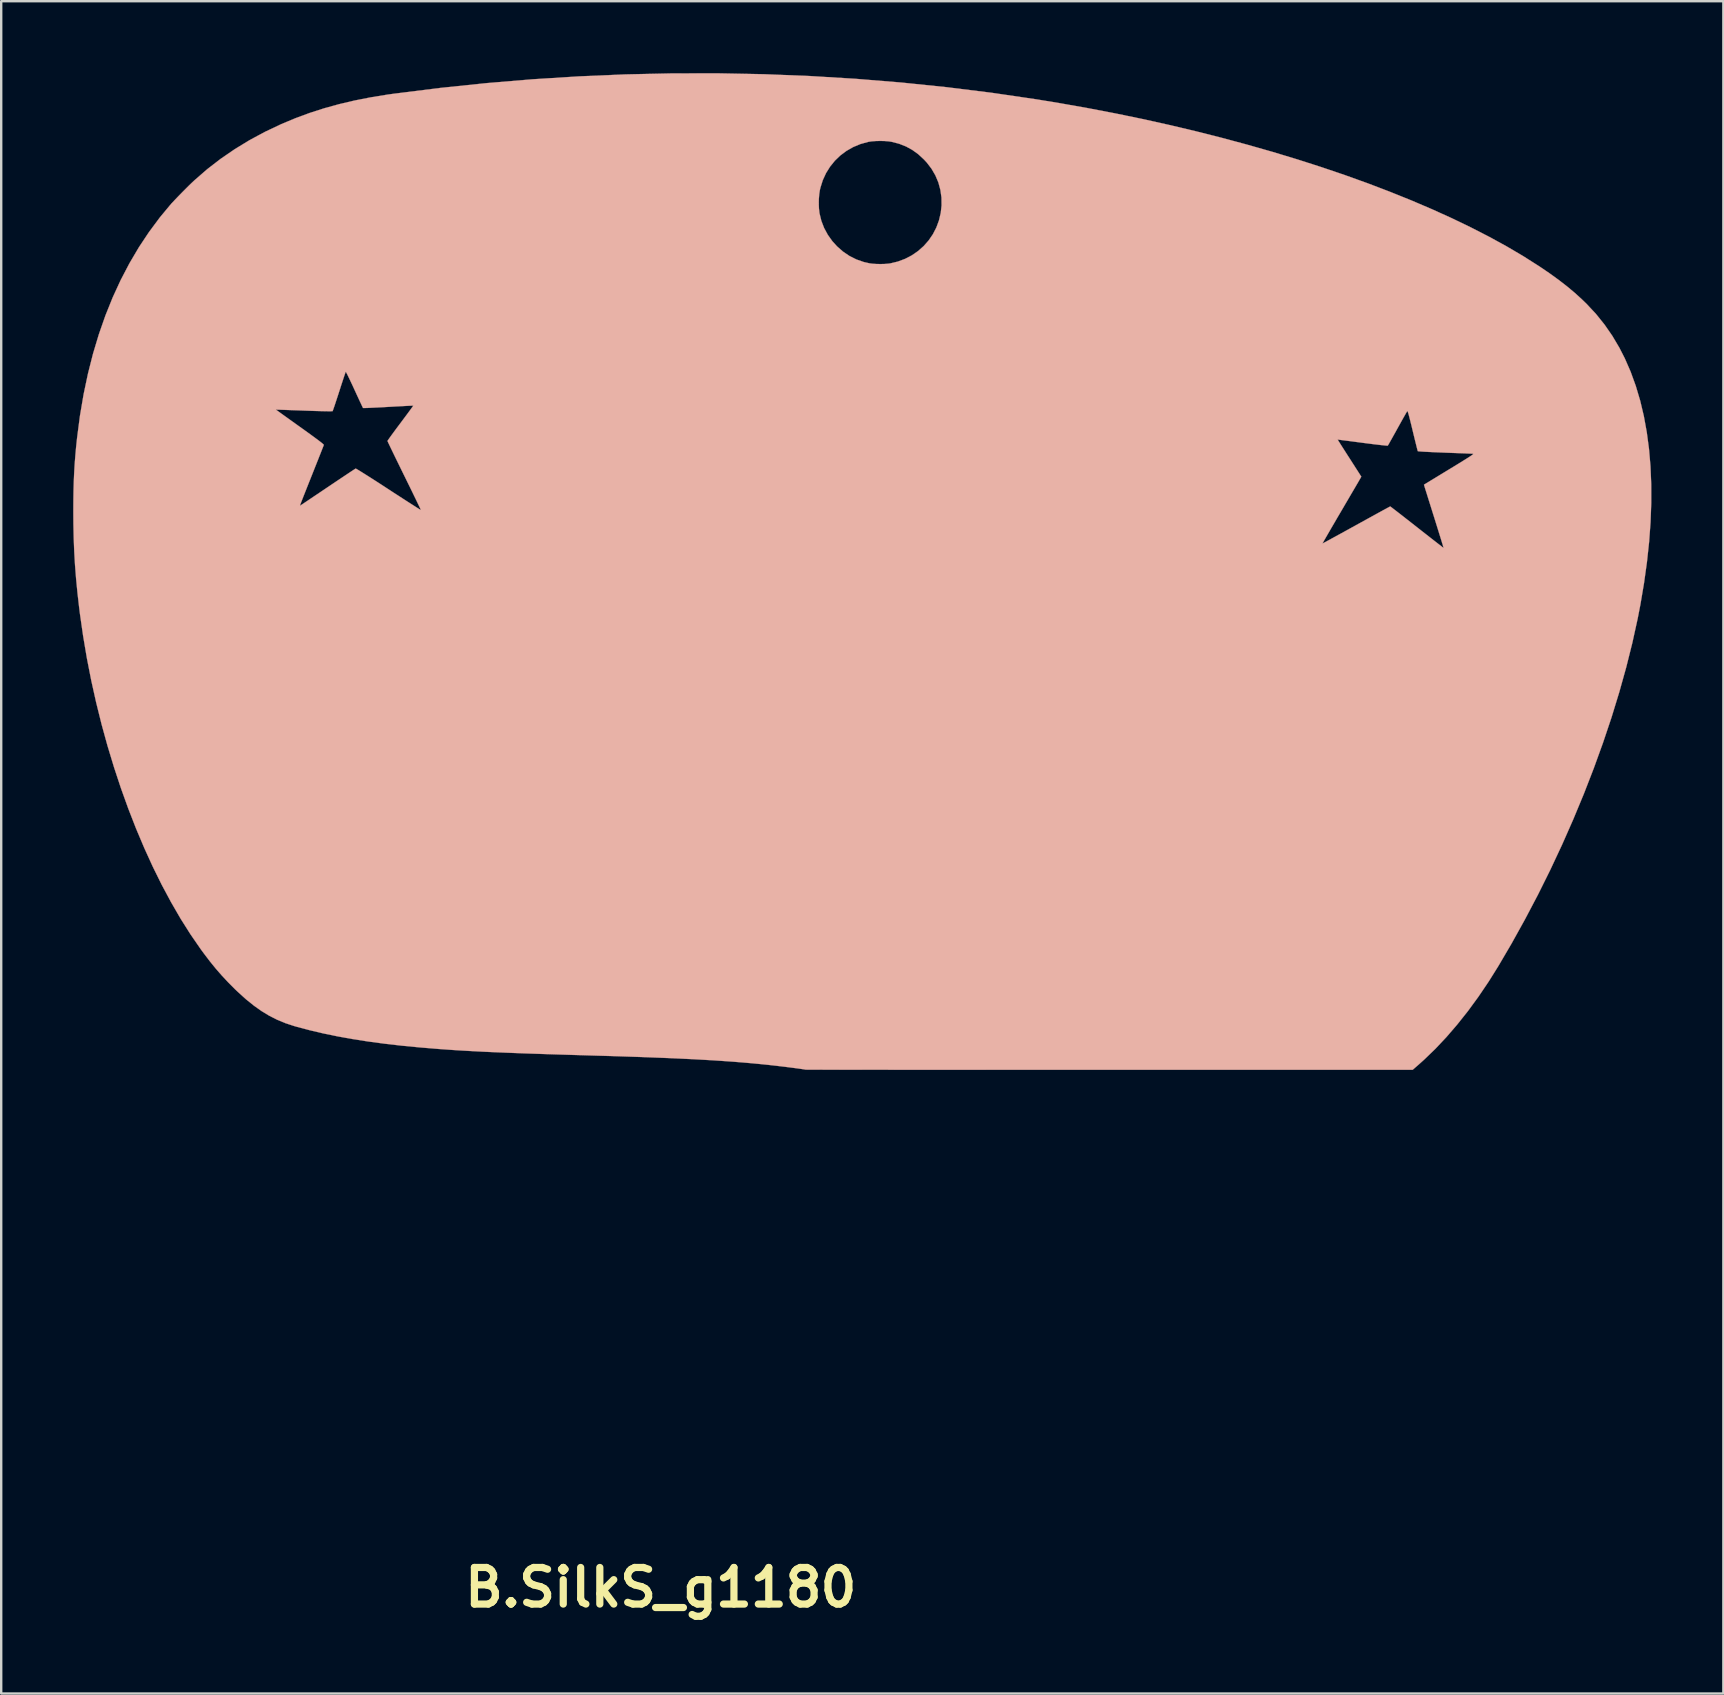
<source format=kicad_pcb>
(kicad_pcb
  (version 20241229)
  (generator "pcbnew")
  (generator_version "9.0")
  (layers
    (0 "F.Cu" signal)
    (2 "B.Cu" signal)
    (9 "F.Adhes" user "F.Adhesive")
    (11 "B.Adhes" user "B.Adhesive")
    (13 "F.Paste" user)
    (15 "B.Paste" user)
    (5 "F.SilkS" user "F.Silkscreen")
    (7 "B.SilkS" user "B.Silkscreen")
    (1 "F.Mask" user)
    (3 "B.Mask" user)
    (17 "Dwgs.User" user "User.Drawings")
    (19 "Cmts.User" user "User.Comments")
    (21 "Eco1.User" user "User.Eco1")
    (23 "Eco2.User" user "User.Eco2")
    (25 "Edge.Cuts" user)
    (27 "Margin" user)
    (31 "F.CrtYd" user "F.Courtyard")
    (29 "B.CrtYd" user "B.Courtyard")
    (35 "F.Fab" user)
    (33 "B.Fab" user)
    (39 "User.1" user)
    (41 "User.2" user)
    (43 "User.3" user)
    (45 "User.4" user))
  (footprint "B.SilkS_g1180"
    (layer "F.Cu")
    (at 24.482 63.094)
    (property "Reference" "B.SilkS_g1180" (at 0 0 0) (layer "F.SilkS") (effects (font (size 1.524 1.524) (thickness 0.3))))
    (attr through_hole)
    (fp_poly (pts (xy 4.299 -63.052) (xy 6.215 -62.976) (xy 8.124 -62.86) (xy 10.024 -62.705) (xy 11.913 -62.511) (xy 13.79 -62.278) (xy 15.654 -62.005) (xy 16.616 -61.847) (xy 17.775 -61.642) (xy 18.924 -61.422) (xy 20.059 -61.188) (xy 21.18 -60.939) (xy 22.286 -60.677) (xy 23.374 -60.402) (xy 24.443 -60.114) (xy 25.492 -59.815) (xy 26.519 -59.504) (xy 27.522 -59.182) (xy 28.5 -58.85) (xy 29.452 -58.508) (xy 30.375 -58.156) (xy 31.269 -57.796) (xy 32.132 -57.427) (xy 32.962 -57.051) (xy 33.757 -56.667) (xy 34.517 -56.277) (xy 35.24 -55.881) (xy 35.923 -55.479) (xy 36.566 -55.071) (xy 36.608 -55.044) (xy 37.024 -54.761) (xy 37.405 -54.486) (xy 37.754 -54.216) (xy 38.076 -53.947) (xy 38.376 -53.674) (xy 38.577 -53.479) (xy 38.966 -53.062) (xy 39.321 -52.62) (xy 39.646 -52.151) (xy 39.94 -51.654) (xy 40.165 -51.214) (xy 40.409 -50.656) (xy 40.622 -50.069) (xy 40.806 -49.453) (xy 40.959 -48.809) (xy 41.081 -48.138) (xy 41.174 -47.44) (xy 41.236 -46.716) (xy 41.267 -45.966) (xy 41.268 -45.191) (xy 41.239 -44.391) (xy 41.179 -43.568) (xy 41.088 -42.72) (xy 40.967 -41.85) (xy 40.816 -40.957) (xy 40.701 -40.365) (xy 40.48 -39.36) (xy 40.224 -38.338) (xy 39.934 -37.301) (xy 39.612 -36.252) (xy 39.257 -35.195) (xy 38.873 -34.133) (xy 38.46 -33.069) (xy 38.019 -32.007) (xy 37.552 -30.949) (xy 37.06 -29.899) (xy 36.544 -28.86) (xy 36.005 -27.836) (xy 35.446 -26.828) (xy 34.891 -25.882) (xy 34.484 -25.232) (xy 34.063 -24.61) (xy 33.63 -24.018) (xy 33.186 -23.459) (xy 32.735 -22.935) (xy 32.276 -22.447) (xy 31.812 -21.999) (xy 31.586 -21.796) (xy 31.326 -21.569) (xy 18.683 -21.569) (xy 17.953 -21.569) (xy 17.234 -21.569) (xy 16.526 -21.569) (xy 15.832 -21.569) (xy 15.151 -21.569) (xy 14.485 -21.569) (xy 13.836 -21.569) (xy 13.205 -21.57) (xy 12.592 -21.57) (xy 11.998 -21.57) (xy 11.426 -21.57) (xy 10.876 -21.571) (xy 10.349 -21.571) (xy 9.847 -21.571) (xy 9.37 -21.572) (xy 8.921 -21.572) (xy 8.499 -21.572) (xy 8.106 -21.573) (xy 7.743 -21.573) (xy 7.412 -21.574) (xy 7.114 -21.574) (xy 6.849 -21.574) (xy 6.619 -21.575) (xy 6.425 -21.575) (xy 6.269 -21.576) (xy 6.151 -21.576) (xy 6.072 -21.577) (xy 6.034 -21.577) (xy 6.031 -21.577) (xy 6.008 -21.582) (xy 5.949 -21.592) (xy 5.861 -21.605) (xy 5.748 -21.621) (xy 5.616 -21.639) (xy 5.524 -21.651) (xy 5.18 -21.695) (xy 4.835 -21.736) (xy 4.487 -21.775) (xy 4.134 -21.811) (xy 3.774 -21.845) (xy 3.402 -21.877) (xy 3.018 -21.908) (xy 2.619 -21.936) (xy 2.202 -21.964) (xy 1.765 -21.989) (xy 1.305 -22.014) (xy 0.819 -22.037) (xy 0.306 -22.06) (xy -0.237 -22.081) (xy -0.813 -22.103) (xy -1.424 -22.123) (xy -2.072 -22.144) (xy -2.678 -22.161) (xy -3.271 -22.179) (xy -3.824 -22.195) (xy -4.34 -22.211) (xy -4.821 -22.226) (xy -5.269 -22.241) (xy -5.688 -22.255) (xy -6.079 -22.27) (xy -6.445 -22.284) (xy -6.789 -22.298) (xy -7.113 -22.312) (xy -7.419 -22.326) (xy -7.71 -22.341) (xy -7.988 -22.356) (xy -8.257 -22.371) (xy -8.518 -22.387) (xy -8.773 -22.404) (xy -9.027 -22.422) (xy -9.239 -22.437) (xy -10.037 -22.503) (xy -10.795 -22.576) (xy -11.515 -22.659) (xy -12.201 -22.751) (xy -12.852 -22.853) (xy -13.473 -22.965) (xy -14.064 -23.087) (xy -14.629 -23.22) (xy -15.168 -23.363) (xy -15.295 -23.4) (xy -15.646 -23.516) (xy -15.985 -23.656) (xy -16.314 -23.823) (xy -16.638 -24.02) (xy -16.96 -24.249) (xy -17.286 -24.512) (xy -17.618 -24.812) (xy -17.746 -24.934) (xy -18.03 -25.22) (xy -18.294 -25.503) (xy -18.546 -25.792) (xy -18.793 -26.097) (xy -19.044 -26.427) (xy -19.17 -26.599) (xy -19.594 -27.214) (xy -20.006 -27.866) (xy -20.405 -28.555) (xy -20.792 -29.277) (xy -21.164 -30.03) (xy -21.521 -30.812) (xy -21.862 -31.619) (xy -22.186 -32.45) (xy -22.493 -33.303) (xy -22.781 -34.174) (xy -23.05 -35.061) (xy -23.298 -35.961) (xy -23.525 -36.873) (xy -23.73 -37.793) (xy -23.912 -38.72) (xy -24.069 -39.65) (xy -24.203 -40.581) (xy -24.234 -40.831) (xy -24.304 -41.442) (xy -24.361 -42.025) (xy -24.406 -42.594) (xy -24.439 -43.158) (xy -24.452 -43.501) (xy 27.571 -43.501) (xy 27.59 -43.509) (xy 27.643 -43.537) (xy 27.728 -43.582) (xy 27.841 -43.643) (xy 27.979 -43.719) (xy 28.14 -43.807) (xy 28.321 -43.906) (xy 28.519 -44.015) (xy 28.731 -44.132) (xy 28.955 -44.255) (xy 28.978 -44.268) (xy 29.203 -44.392) (xy 29.417 -44.51) (xy 29.617 -44.62) (xy 29.8 -44.721) (xy 29.964 -44.811) (xy 30.106 -44.889) (xy 30.223 -44.952) (xy 30.311 -45) (xy 30.369 -45.031) (xy 30.393 -45.043) (xy 30.393 -45.043) (xy 30.411 -45.03) (xy 30.461 -44.993) (xy 30.537 -44.934) (xy 30.639 -44.856) (xy 30.763 -44.76) (xy 30.906 -44.649) (xy 31.065 -44.524) (xy 31.239 -44.388) (xy 31.423 -44.244) (xy 31.507 -44.178) (xy 31.695 -44.03) (xy 31.873 -43.891) (xy 32.039 -43.761) (xy 32.189 -43.644) (xy 32.32 -43.542) (xy 32.431 -43.456) (xy 32.518 -43.389) (xy 32.579 -43.343) (xy 32.61 -43.321) (xy 32.614 -43.318) (xy 32.609 -43.339) (xy 32.592 -43.396) (xy 32.565 -43.487) (xy 32.528 -43.608) (xy 32.483 -43.755) (xy 32.43 -43.925) (xy 32.371 -44.115) (xy 32.307 -44.32) (xy 32.239 -44.538) (xy 32.236 -44.548) (xy 32.166 -44.77) (xy 32.1 -44.981) (xy 32.038 -45.179) (xy 31.981 -45.359) (xy 31.932 -45.517) (xy 31.89 -45.651) (xy 31.857 -45.755) (xy 31.835 -45.826) (xy 31.824 -45.861) (xy 31.798 -45.949) (xy 32.852 -46.591) (xy 33.076 -46.727) (xy 33.265 -46.843) (xy 33.423 -46.941) (xy 33.552 -47.021) (xy 33.655 -47.086) (xy 33.733 -47.137) (xy 33.789 -47.175) (xy 33.826 -47.203) (xy 33.846 -47.222) (xy 33.851 -47.233) (xy 33.844 -47.238) (xy 33.839 -47.239) (xy 33.805 -47.241) (xy 33.733 -47.244) (xy 33.628 -47.248) (xy 33.492 -47.254) (xy 33.332 -47.26) (xy 33.15 -47.267) (xy 32.951 -47.274) (xy 32.74 -47.282) (xy 32.662 -47.285) (xy 32.422 -47.295) (xy 32.204 -47.304) (xy 32.013 -47.313) (xy 31.85 -47.321) (xy 31.718 -47.329) (xy 31.621 -47.336) (xy 31.561 -47.342) (xy 31.54 -47.347) (xy 31.533 -47.372) (xy 31.517 -47.433) (xy 31.493 -47.526) (xy 31.463 -47.648) (xy 31.427 -47.792) (xy 31.387 -47.956) (xy 31.344 -48.133) (xy 31.327 -48.205) (xy 31.274 -48.425) (xy 31.229 -48.606) (xy 31.192 -48.751) (xy 31.163 -48.861) (xy 31.139 -48.941) (xy 31.122 -48.991) (xy 31.109 -49.015) (xy 31.103 -49.016) (xy 31.087 -48.992) (xy 31.054 -48.936) (xy 31.005 -48.85) (xy 30.943 -48.741) (xy 30.87 -48.611) (xy 30.789 -48.465) (xy 30.702 -48.308) (xy 30.693 -48.292) (xy 30.606 -48.134) (xy 30.524 -47.988) (xy 30.452 -47.858) (xy 30.389 -47.747) (xy 30.341 -47.661) (xy 30.307 -47.603) (xy 30.291 -47.577) (xy 30.291 -47.576) (xy 30.267 -47.576) (xy 30.206 -47.58) (xy 30.111 -47.59) (xy 29.986 -47.603) (xy 29.835 -47.621) (xy 29.663 -47.641) (xy 29.474 -47.665) (xy 29.271 -47.691) (xy 29.24 -47.695) (xy 29.036 -47.722) (xy 28.845 -47.747) (xy 28.671 -47.77) (xy 28.519 -47.789) (xy 28.392 -47.805) (xy 28.294 -47.818) (xy 28.229 -47.826) (xy 28.202 -47.829) (xy 28.201 -47.829) (xy 28.212 -47.811) (xy 28.243 -47.761) (xy 28.292 -47.683) (xy 28.357 -47.58) (xy 28.436 -47.456) (xy 28.526 -47.315) (xy 28.625 -47.16) (xy 28.693 -47.055) (xy 29.187 -46.284) (xy 29.125 -46.174) (xy 29.103 -46.137) (xy 29.063 -46.067) (xy 29.005 -45.968) (xy 28.931 -45.841) (xy 28.843 -45.691) (xy 28.743 -45.521) (xy 28.634 -45.334) (xy 28.516 -45.133) (xy 28.393 -44.922) (xy 28.313 -44.786) (xy 28.188 -44.574) (xy 28.071 -44.372) (xy 27.961 -44.184) (xy 27.862 -44.013) (xy 27.774 -43.861) (xy 27.7 -43.732) (xy 27.641 -43.629) (xy 27.599 -43.554) (xy 27.575 -43.511) (xy 27.571 -43.501) (xy -24.452 -43.501) (xy -24.461 -43.73) (xy -24.474 -44.323) (xy -24.477 -44.82) (xy -24.475 -45.268) (xy -24.469 -45.682) (xy -24.458 -46.07) (xy -24.442 -46.441) (xy -24.421 -46.802) (xy -24.393 -47.162) (xy -24.36 -47.53) (xy -24.319 -47.911) (xy -24.2 -48.825) (xy -24.157 -49.077) (xy -16.037 -49.077) (xy -16.021 -49.065) (xy -15.973 -49.03) (xy -15.897 -48.975) (xy -15.796 -48.902) (xy -15.672 -48.813) (xy -15.528 -48.71) (xy -15.369 -48.596) (xy -15.196 -48.472) (xy -15.035 -48.357) (xy -14.806 -48.193) (xy -14.61 -48.052) (xy -14.446 -47.932) (xy -14.312 -47.833) (xy -14.206 -47.753) (xy -14.128 -47.692) (xy -14.075 -47.647) (xy -14.047 -47.619) (xy -14.04 -47.606) (xy -14.05 -47.58) (xy -14.073 -47.519) (xy -14.11 -47.426) (xy -14.157 -47.305) (xy -14.215 -47.16) (xy -14.28 -46.994) (xy -14.353 -46.811) (xy -14.431 -46.616) (xy -14.467 -46.524) (xy -14.576 -46.25) (xy -14.671 -46.012) (xy -14.752 -45.808) (xy -14.82 -45.636) (xy -14.877 -45.493) (xy -14.923 -45.376) (xy -14.959 -45.283) (xy -14.987 -45.211) (xy -15.007 -45.157) (xy -15.02 -45.119) (xy -15.028 -45.095) (xy -15.03 -45.081) (xy -15.029 -45.076) (xy -15.026 -45.076) (xy -15.022 -45.078) (xy -15 -45.092) (xy -14.947 -45.128) (xy -14.864 -45.183) (xy -14.755 -45.256) (xy -14.623 -45.345) (xy -14.472 -45.447) (xy -14.303 -45.56) (xy -14.12 -45.683) (xy -13.927 -45.813) (xy -13.869 -45.852) (xy -13.673 -45.984) (xy -13.487 -46.109) (xy -13.313 -46.225) (xy -13.156 -46.33) (xy -13.018 -46.422) (xy -12.902 -46.499) (xy -12.811 -46.559) (xy -12.748 -46.6) (xy -12.717 -46.62) (xy -12.714 -46.621) (xy -12.692 -46.612) (xy -12.637 -46.581) (xy -12.553 -46.53) (xy -12.442 -46.461) (xy -12.307 -46.376) (xy -12.15 -46.277) (xy -11.974 -46.165) (xy -11.783 -46.042) (xy -11.579 -45.91) (xy -11.365 -45.77) (xy -11.343 -45.756) (xy -11.129 -45.616) (xy -10.924 -45.484) (xy -10.733 -45.36) (xy -10.558 -45.247) (xy -10.402 -45.147) (xy -10.267 -45.061) (xy -10.156 -44.99) (xy -10.072 -44.938) (xy -10.018 -44.905) (xy -9.996 -44.894) (xy -9.996 -44.894) (xy -10.004 -44.914) (xy -10.029 -44.97) (xy -10.071 -45.058) (xy -10.127 -45.174) (xy -10.195 -45.317) (xy -10.276 -45.483) (xy -10.366 -45.669) (xy -10.465 -45.872) (xy -10.572 -46.089) (xy -10.684 -46.318) (xy -10.689 -46.327) (xy -10.801 -46.556) (xy -10.908 -46.775) (xy -11.008 -46.979) (xy -11.1 -47.167) (xy -11.181 -47.335) (xy -11.251 -47.48) (xy -11.308 -47.599) (xy -11.351 -47.689) (xy -11.378 -47.748) (xy -11.388 -47.771) (xy -11.388 -47.771) (xy -11.375 -47.793) (xy -11.34 -47.844) (xy -11.285 -47.922) (xy -11.211 -48.024) (xy -11.123 -48.144) (xy -11.023 -48.28) (xy -10.912 -48.428) (xy -10.846 -48.516) (xy -10.732 -48.669) (xy -10.626 -48.811) (xy -10.531 -48.939) (xy -10.45 -49.049) (xy -10.386 -49.137) (xy -10.34 -49.201) (xy -10.315 -49.237) (xy -10.312 -49.243) (xy -10.334 -49.243) (xy -10.394 -49.241) (xy -10.488 -49.237) (xy -10.612 -49.231) (xy -10.762 -49.223) (xy -10.934 -49.214) (xy -11.124 -49.204) (xy -11.328 -49.192) (xy -11.356 -49.191) (xy -11.561 -49.179) (xy -11.754 -49.169) (xy -11.929 -49.161) (xy -12.083 -49.154) (xy -12.212 -49.148) (xy -12.311 -49.145) (xy -12.377 -49.144) (xy -12.405 -49.145) (xy -12.406 -49.146) (xy -12.418 -49.167) (xy -12.445 -49.223) (xy -12.485 -49.309) (xy -12.538 -49.421) (xy -12.6 -49.555) (xy -12.67 -49.706) (xy -12.745 -49.87) (xy -12.766 -49.915) (xy -12.842 -50.081) (xy -12.914 -50.233) (xy -12.978 -50.368) (xy -13.033 -50.482) (xy -13.077 -50.57) (xy -13.109 -50.629) (xy -13.125 -50.655) (xy -13.126 -50.656) (xy -13.136 -50.633) (xy -13.156 -50.574) (xy -13.187 -50.484) (xy -13.226 -50.367) (xy -13.272 -50.226) (xy -13.324 -50.068) (xy -13.379 -49.895) (xy -13.398 -49.837) (xy -13.455 -49.66) (xy -13.509 -49.496) (xy -13.557 -49.349) (xy -13.599 -49.223) (xy -13.634 -49.123) (xy -13.659 -49.052) (xy -13.673 -49.017) (xy -13.675 -49.013) (xy -13.699 -49.01) (xy -13.764 -49.009) (xy -13.865 -49.009) (xy -14 -49.011) (xy -14.167 -49.015) (xy -14.363 -49.02) (xy -14.585 -49.027) (xy -14.83 -49.036) (xy -14.863 -49.037) (xy -15.082 -49.045) (xy -15.287 -49.052) (xy -15.475 -49.059) (xy -15.642 -49.065) (xy -15.785 -49.07) (xy -15.9 -49.074) (xy -15.982 -49.076) (xy -16.028 -49.077) (xy -16.037 -49.077) (xy -24.157 -49.077) (xy -24.049 -49.713) (xy -23.867 -50.575) (xy -23.655 -51.411) (xy -23.412 -52.219) (xy -23.139 -53) (xy -22.836 -53.753) (xy -22.502 -54.478) (xy -22.139 -55.173) (xy -21.746 -55.84) (xy -21.323 -56.477) (xy -20.871 -57.085) (xy -20.441 -57.603) (xy -20.397 -57.651) (xy 6.583 -57.651) (xy 6.59 -57.456) (xy 6.609 -57.282) (xy 6.614 -57.253) (xy 6.69 -56.943) (xy 6.805 -56.644) (xy 6.959 -56.36) (xy 7.148 -56.095) (xy 7.343 -55.88) (xy 7.594 -55.66) (xy 7.864 -55.477) (xy 8.153 -55.333) (xy 8.46 -55.226) (xy 8.698 -55.172) (xy 8.829 -55.155) (xy 8.988 -55.145) (xy 9.158 -55.142) (xy 9.326 -55.146) (xy 9.476 -55.158) (xy 9.559 -55.169) (xy 9.879 -55.246) (xy 10.182 -55.36) (xy 10.463 -55.507) (xy 10.722 -55.686) (xy 10.955 -55.893) (xy 11.161 -56.127) (xy 11.337 -56.385) (xy 11.481 -56.664) (xy 11.591 -56.962) (xy 11.665 -57.276) (xy 11.699 -57.584) (xy 11.695 -57.912) (xy 11.65 -58.231) (xy 11.566 -58.54) (xy 11.442 -58.835) (xy 11.28 -59.114) (xy 11.08 -59.375) (xy 10.964 -59.5) (xy 10.727 -59.719) (xy 10.479 -59.898) (xy 10.216 -60.042) (xy 9.932 -60.154) (xy 9.631 -60.233) (xy 9.492 -60.255) (xy 9.325 -60.268) (xy 9.144 -60.272) (xy 8.962 -60.268) (xy 8.793 -60.256) (xy 8.651 -60.235) (xy 8.64 -60.232) (xy 8.318 -60.143) (xy 8.016 -60.017) (xy 7.737 -59.858) (xy 7.482 -59.668) (xy 7.253 -59.448) (xy 7.054 -59.202) (xy 6.885 -58.931) (xy 6.75 -58.638) (xy 6.651 -58.324) (xy 6.625 -58.21) (xy 6.601 -58.044) (xy 6.586 -57.853) (xy 6.583 -57.651) (xy -20.397 -57.651) (xy -20.347 -57.708) (xy -20.229 -57.834) (xy -20.093 -57.976) (xy -19.948 -58.124) (xy -19.8 -58.273) (xy -19.657 -58.416) (xy -19.524 -58.544) (xy -19.42 -58.641) (xy -18.895 -59.097) (xy -18.336 -59.528) (xy -17.746 -59.932) (xy -17.127 -60.309) (xy -16.481 -60.656) (xy -15.809 -60.974) (xy -15.208 -61.225) (xy -14.623 -61.44) (xy -14.023 -61.633) (xy -13.403 -61.804) (xy -12.759 -61.956) (xy -12.087 -62.088) (xy -11.382 -62.203) (xy -11.113 -62.24) (xy -9.192 -62.48) (xy -7.267 -62.68) (xy -5.338 -62.841) (xy -3.408 -62.962) (xy -1.478 -63.044) (xy 0.451 -63.086) (xy 2.377 -63.089) (xy 4.299 -63.052)) (stroke (width 0.01) (type solid)) (fill yes) (layer "B.SilkS")))
  (gr_rect
    (start -3 -3)
    (end 68.755 67.512)
    (stroke (width 0.1) (type default))
    (fill no)
    (layer "Edge.Cuts")))
</source>
